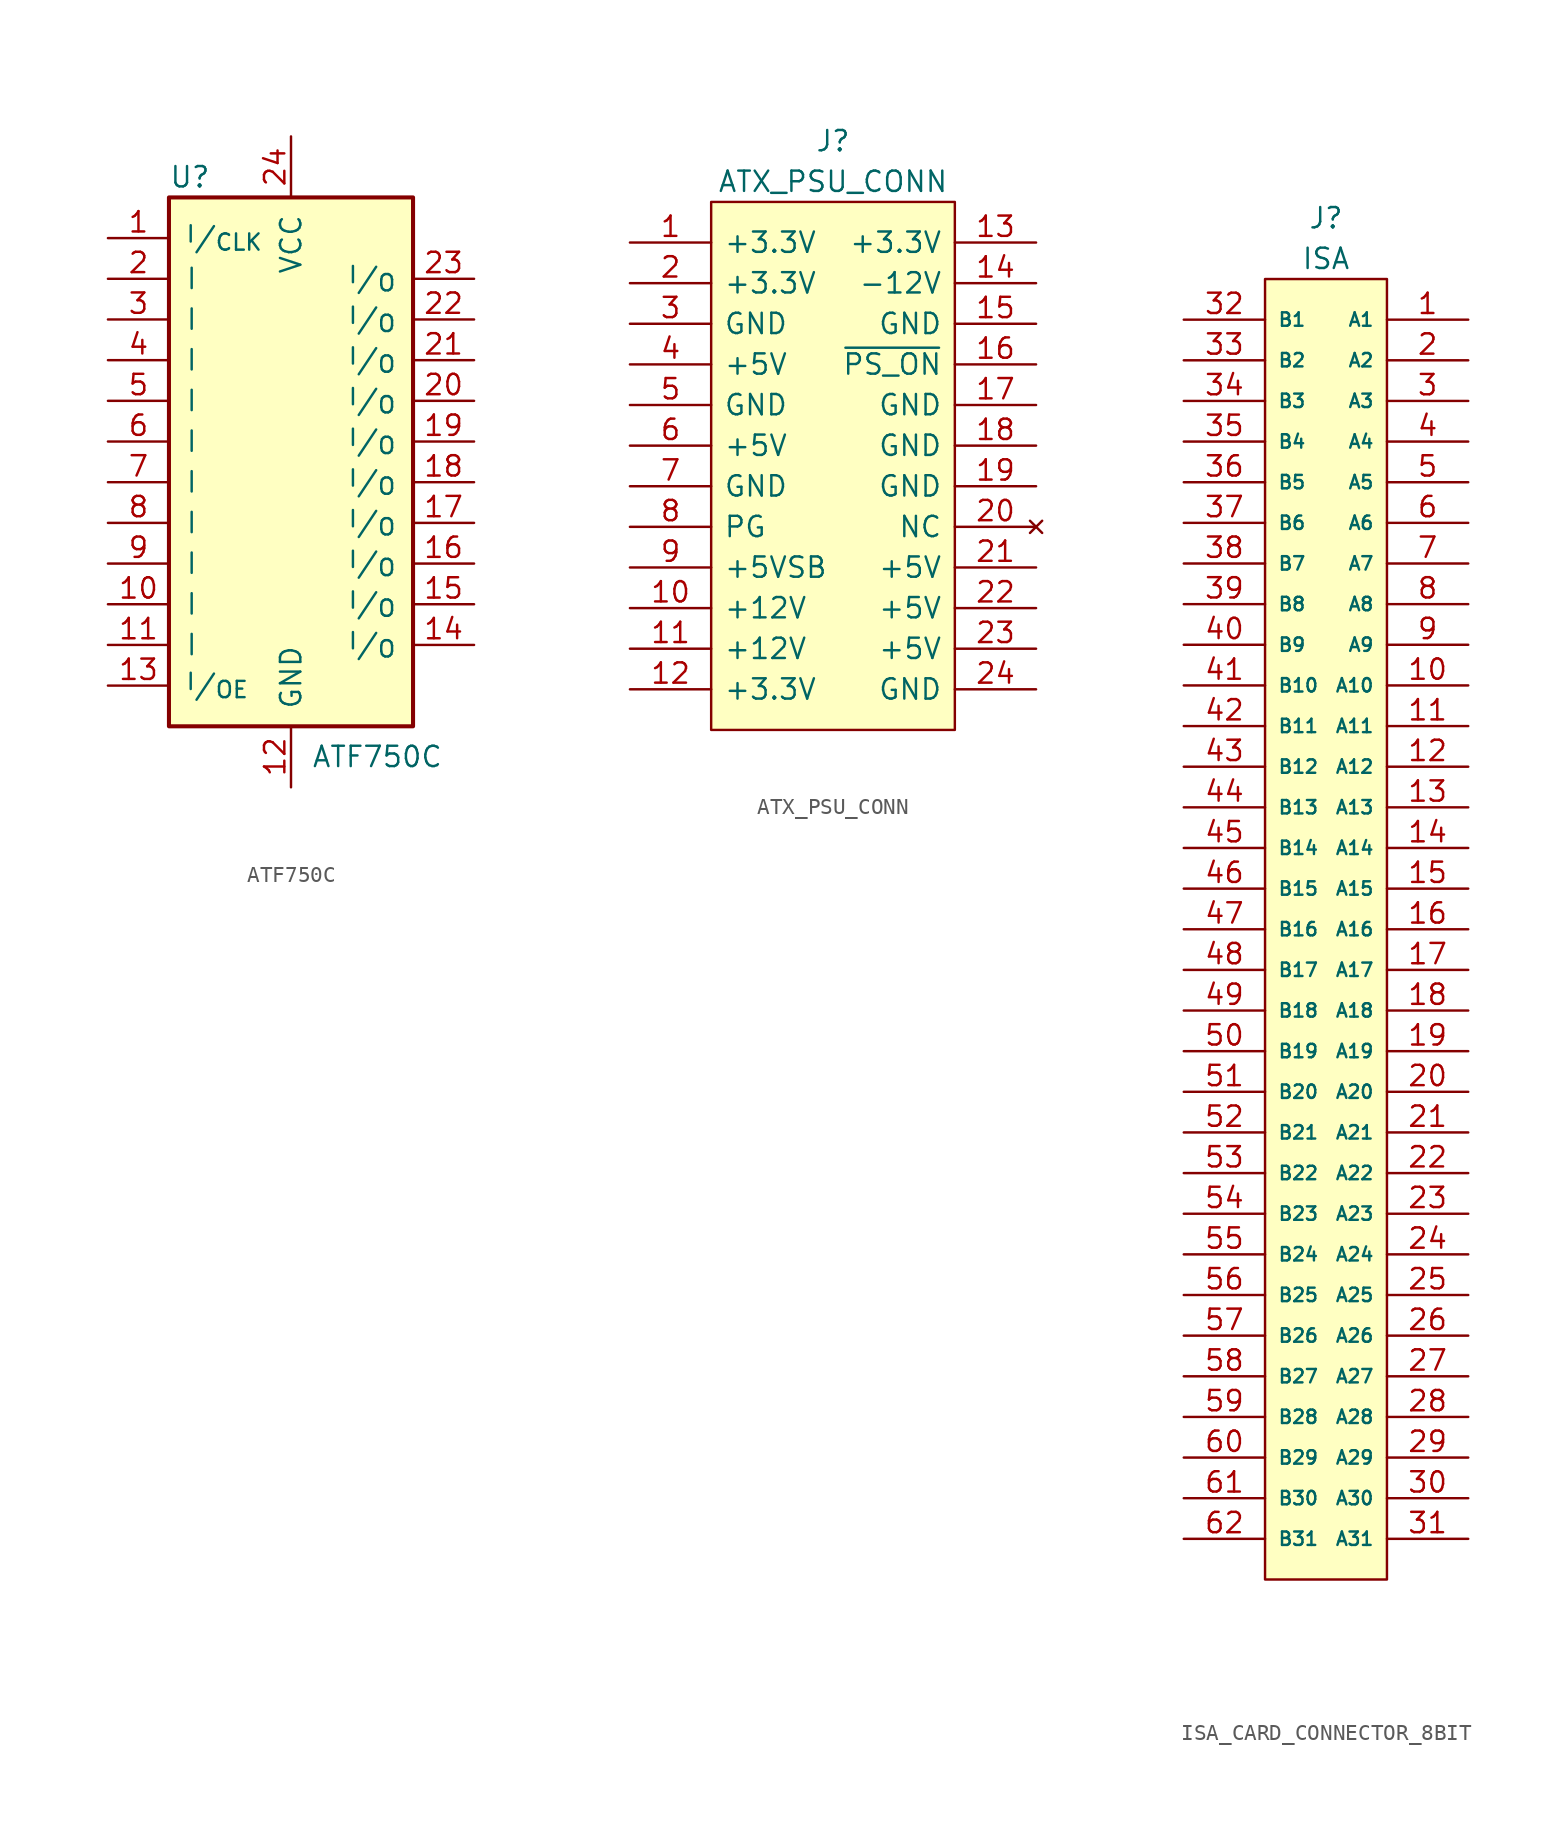
<source format=kicad_sym>
(kicad_symbol_lib
  (version 20241209)
  (generator "kicad_symbol_editor")
  (generator_version "9.0")
  (symbol "ATF750C"
    (pin_names
      (offset 1.016))
    (property "Reference" "U"
      (at -7.62 1.27 0)
      (do_not_autoplace)
      (effects (font (size 1.27 1.27)) (justify left)))
    (property "Value" "ATF750C"
      (at 1.27 -34.925 0)
      (do_not_autoplace)
      (effects (font (size 1.27 1.27)) (justify left)))
    (symbol "ATF750C_1_1"
      (rectangle (start -7.62 0) (end 7.62 -33.02) (stroke (width 0.254) (type default)) (fill (type background)))
      (pin input line (at -11.43 -2.54 0) (length 3.81) (name "^{I}/_{CLK}" (effects (font (size 1.27 1.27)))) (number "1" (effects (font (size 1.27 1.27)))))
      (pin input line (at -11.43 -5.08 0) (length 3.81) (name "I" (effects (font (size 1.27 1.27)))) (number "2" (effects (font (size 1.27 1.27)))))
      (pin input line (at -11.43 -7.62 0) (length 3.81) (name "I" (effects (font (size 1.27 1.27)))) (number "3" (effects (font (size 1.27 1.27)))))
      (pin input line (at -11.43 -10.16 0) (length 3.81) (name "I" (effects (font (size 1.27 1.27)))) (number "4" (effects (font (size 1.27 1.27)))))
      (pin input line (at -11.43 -12.7 0) (length 3.81) (name "I" (effects (font (size 1.27 1.27)))) (number "5" (effects (font (size 1.27 1.27)))))
      (pin input line (at -11.43 -15.24 0) (length 3.81) (name "I" (effects (font (size 1.27 1.27)))) (number "6" (effects (font (size 1.27 1.27)))))
      (pin input line (at -11.43 -17.78 0) (length 3.81) (name "I" (effects (font (size 1.27 1.27)))) (number "7" (effects (font (size 1.27 1.27)))))
      (pin input line (at -11.43 -20.32 0) (length 3.81) (name "I" (effects (font (size 1.27 1.27)))) (number "8" (effects (font (size 1.27 1.27)))))
      (pin input line (at -11.43 -22.86 0) (length 3.81) (name "I" (effects (font (size 1.27 1.27)))) (number "9" (effects (font (size 1.27 1.27)))))
      (pin input line (at -11.43 -25.4 0) (length 3.81) (name "I" (effects (font (size 1.27 1.27)))) (number "10" (effects (font (size 1.27 1.27)))))
      (pin input line (at -11.43 -27.94 0) (length 3.81) (name "I" (effects (font (size 1.27 1.27)))) (number "11" (effects (font (size 1.27 1.27)))))
      (pin input line (at -11.43 -30.48 0) (length 3.81) (name "^{I}/_{OE}" (effects (font (size 1.27 1.27)))) (number "13" (effects (font (size 1.27 1.27)))))
      (pin power_in line (at 0 3.81 270) (length 3.81) (name "VCC" (effects (font (size 1.27 1.27)))) (number "24" (effects (font (size 1.27 1.27)))))
      (pin power_in line (at 0 -36.83 90) (length 3.81) (name "GND" (effects (font (size 1.27 1.27)))) (number "12" (effects (font (size 1.27 1.27)))))
      (pin bidirectional line (at 11.43 -5.08 180) (length 3.81) (name "^{I}/_{O}" (effects (font (size 1.27 1.27)))) (number "23" (effects (font (size 1.27 1.27)))))
      (pin bidirectional line (at 11.43 -7.62 180) (length 3.81) (name "^{I}/_{O}" (effects (font (size 1.27 1.27)))) (number "22" (effects (font (size 1.27 1.27)))))
      (pin bidirectional line (at 11.43 -10.16 180) (length 3.81) (name "^{I}/_{O}" (effects (font (size 1.27 1.27)))) (number "21" (effects (font (size 1.27 1.27)))))
      (pin bidirectional line (at 11.43 -12.7 180) (length 3.81) (name "^{I}/_{O}" (effects (font (size 1.27 1.27)))) (number "20" (effects (font (size 1.27 1.27)))))
      (pin bidirectional line (at 11.43 -15.24 180) (length 3.81) (name "^{I}/_{O}" (effects (font (size 1.27 1.27)))) (number "19" (effects (font (size 1.27 1.27)))))
      (pin bidirectional line (at 11.43 -17.78 180) (length 3.81) (name "^{I}/_{O}" (effects (font (size 1.27 1.27)))) (number "18" (effects (font (size 1.27 1.27)))))
      (pin bidirectional line (at 11.43 -20.32 180) (length 3.81) (name "^{I}/_{O}" (effects (font (size 1.27 1.27)))) (number "17" (effects (font (size 1.27 1.27)))))
      (pin bidirectional line (at 11.43 -22.86 180) (length 3.81) (name "^{I}/_{O}" (effects (font (size 1.27 1.27)))) (number "16" (effects (font (size 1.27 1.27)))))
      (pin bidirectional line (at 11.43 -25.4 180) (length 3.81) (name "^{I}/_{O}" (effects (font (size 1.27 1.27)))) (number "15" (effects (font (size 1.27 1.27)))))
      (pin bidirectional line (at 11.43 -27.94 180) (length 3.81) (name "^{I}/_{O}" (effects (font (size 1.27 1.27)))) (number "14" (effects (font (size 1.27 1.27)))))))
  (symbol "ATX_PSU_CONN"
    (pin_names
      (offset 0.762))
    (property "Reference" "J"
      (at 12.7 6.35 0)
      (effects (font (size 1.27 1.27))))
    (property "Value" "ATX_PSU_CONN"
      (at 12.7 3.81 0)
      (effects (font (size 1.27 1.27))))
    (symbol "ATX_PSU_CONN_0_0"
      (pin passive line (at 0 0 0) (length 5.08) (name "+3.3V" (effects (font (size 1.27 1.27)))) (number "1" (effects (font (size 1.27 1.27)))))
      (pin passive line (at 0 -2.54 0) (length 5.08) (name "+3.3V" (effects (font (size 1.27 1.27)))) (number "2" (effects (font (size 1.27 1.27)))))
      (pin passive line (at 0 -5.08 0) (length 5.08) (name "GND" (effects (font (size 1.27 1.27)))) (number "3" (effects (font (size 1.27 1.27)))))
      (pin passive line (at 0 -7.62 0) (length 5.08) (name "+5V" (effects (font (size 1.27 1.27)))) (number "4" (effects (font (size 1.27 1.27)))))
      (pin passive line (at 0 -10.16 0) (length 5.08) (name "GND" (effects (font (size 1.27 1.27)))) (number "5" (effects (font (size 1.27 1.27)))))
      (pin passive line (at 0 -12.7 0) (length 5.08) (name "+5V" (effects (font (size 1.27 1.27)))) (number "6" (effects (font (size 1.27 1.27)))))
      (pin passive line (at 0 -15.24 0) (length 5.08) (name "GND" (effects (font (size 1.27 1.27)))) (number "7" (effects (font (size 1.27 1.27)))))
      (pin passive line (at 0 -17.78 0) (length 5.08) (name "PG" (effects (font (size 1.27 1.27)))) (number "8" (effects (font (size 1.27 1.27)))))
      (pin passive line (at 0 -20.32 0) (length 5.08) (name "+5VSB" (effects (font (size 1.27 1.27)))) (number "9" (effects (font (size 1.27 1.27)))))
      (pin passive line (at 0 -22.86 0) (length 5.08) (name "+12V" (effects (font (size 1.27 1.27)))) (number "10" (effects (font (size 1.27 1.27)))))
      (pin passive line (at 0 -25.4 0) (length 5.08) (name "+12V" (effects (font (size 1.27 1.27)))) (number "11" (effects (font (size 1.27 1.27)))))
      (pin passive line (at 0 -27.94 0) (length 5.08) (name "+3.3V" (effects (font (size 1.27 1.27)))) (number "12" (effects (font (size 1.27 1.27)))))
      (pin passive line (at 25.4 0 180) (length 5.08) (name "+3.3V" (effects (font (size 1.27 1.27)))) (number "13" (effects (font (size 1.27 1.27)))))
      (pin passive line (at 25.4 -2.54 180) (length 5.08) (name "-12V" (effects (font (size 1.27 1.27)))) (number "14" (effects (font (size 1.27 1.27)))))
      (pin passive line (at 25.4 -5.08 180) (length 5.08) (name "GND" (effects (font (size 1.27 1.27)))) (number "15" (effects (font (size 1.27 1.27)))))
      (pin passive line (at 25.4 -7.62 180) (length 5.08) (name "~{PS_ON}" (effects (font (size 1.27 1.27)))) (number "16" (effects (font (size 1.27 1.27)))))
      (pin passive line (at 25.4 -10.16 180) (length 5.08) (name "GND" (effects (font (size 1.27 1.27)))) (number "17" (effects (font (size 1.27 1.27)))))
      (pin passive line (at 25.4 -12.7 180) (length 5.08) (name "GND" (effects (font (size 1.27 1.27)))) (number "18" (effects (font (size 1.27 1.27)))))
      (pin passive line (at 25.4 -15.24 180) (length 5.08) (name "GND" (effects (font (size 1.27 1.27)))) (number "19" (effects (font (size 1.27 1.27)))))
      (pin no_connect line (at 25.4 -17.78 180) (length 5.08) (name "NC" (effects (font (size 1.27 1.27)))) (number "20" (effects (font (size 1.27 1.27)))))
      (pin passive line (at 25.4 -20.32 180) (length 5.08) (name "+5V" (effects (font (size 1.27 1.27)))) (number "21" (effects (font (size 1.27 1.27)))))
      (pin passive line (at 25.4 -22.86 180) (length 5.08) (name "+5V" (effects (font (size 1.27 1.27)))) (number "22" (effects (font (size 1.27 1.27)))))
      (pin passive line (at 25.4 -25.4 180) (length 5.08) (name "+5V" (effects (font (size 1.27 1.27)))) (number "23" (effects (font (size 1.27 1.27)))))
      (pin passive line (at 25.4 -27.94 180) (length 5.08) (name "GND" (effects (font (size 1.27 1.27)))) (number "24" (effects (font (size 1.27 1.27))))))
    (symbol "ATX_PSU_CONN_0_1"
      (polyline (pts (xy 20.32 2.54) (xy 5.08 2.54) (xy 5.08 -30.48) (xy 20.32 -30.48) (xy 20.32 2.54)) (stroke (width 0.152) (type default)) (fill (type background)))))
  (symbol "ISA_CARD_CONNECTOR_8BIT"
    (pin_names
      (offset 0.762))
    (property "Reference" "J"
      (at 0 3.81 0)
      (effects (font (size 1.27 1.27))))
    (property "Value" "ISA"
      (at 0 1.27 0)
      (effects (font (size 1.27 1.27))))
    (symbol "ISA_CARD_CONNECTOR_8BIT_0_0"
      (pin passive line (at -8.89 -2.54 0) (length 5.08) (name "B1" (effects (font (size 0.838 0.838)))) (number "32" (effects (font (size 1.27 1.27)))))
      (pin passive line (at -8.89 -5.08 0) (length 5.08) (name "B2" (effects (font (size 0.838 0.838)))) (number "33" (effects (font (size 1.27 1.27)))))
      (pin passive line (at -8.89 -7.62 0) (length 5.08) (name "B3" (effects (font (size 0.838 0.838)))) (number "34" (effects (font (size 1.27 1.27)))))
      (pin passive line (at -8.89 -10.16 0) (length 5.08) (name "B4" (effects (font (size 0.838 0.838)))) (number "35" (effects (font (size 1.27 1.27)))))
      (pin passive line (at -8.89 -12.7 0) (length 5.08) (name "B5" (effects (font (size 0.838 0.838)))) (number "36" (effects (font (size 1.27 1.27)))))
      (pin passive line (at -8.89 -15.24 0) (length 5.08) (name "B6" (effects (font (size 0.838 0.838)))) (number "37" (effects (font (size 1.27 1.27)))))
      (pin passive line (at -8.89 -17.78 0) (length 5.08) (name "B7" (effects (font (size 0.838 0.838)))) (number "38" (effects (font (size 1.27 1.27)))))
      (pin passive line (at -8.89 -20.32 0) (length 5.08) (name "B8" (effects (font (size 0.838 0.838)))) (number "39" (effects (font (size 1.27 1.27)))))
      (pin passive line (at -8.89 -22.86 0) (length 5.08) (name "B9" (effects (font (size 0.838 0.838)))) (number "40" (effects (font (size 1.27 1.27)))))
      (pin passive line (at -8.89 -25.4 0) (length 5.08) (name "B10" (effects (font (size 0.838 0.838)))) (number "41" (effects (font (size 1.27 1.27)))))
      (pin passive line (at -8.89 -27.94 0) (length 5.08) (name "B11" (effects (font (size 0.838 0.838)))) (number "42" (effects (font (size 1.27 1.27)))))
      (pin passive line (at -8.89 -30.48 0) (length 5.08) (name "B12" (effects (font (size 0.838 0.838)))) (number "43" (effects (font (size 1.27 1.27)))))
      (pin passive line (at -8.89 -33.02 0) (length 5.08) (name "B13" (effects (font (size 0.838 0.838)))) (number "44" (effects (font (size 1.27 1.27)))))
      (pin passive line (at -8.89 -35.56 0) (length 5.08) (name "B14" (effects (font (size 0.838 0.838)))) (number "45" (effects (font (size 1.27 1.27)))))
      (pin passive line (at -8.89 -38.1 0) (length 5.08) (name "B15" (effects (font (size 0.838 0.838)))) (number "46" (effects (font (size 1.27 1.27)))))
      (pin passive line (at -8.89 -40.64 0) (length 5.08) (name "B16" (effects (font (size 0.838 0.838)))) (number "47" (effects (font (size 1.27 1.27)))))
      (pin passive line (at -8.89 -43.18 0) (length 5.08) (name "B17" (effects (font (size 0.838 0.838)))) (number "48" (effects (font (size 1.27 1.27)))))
      (pin passive line (at -8.89 -45.72 0) (length 5.08) (name "B18" (effects (font (size 0.838 0.838)))) (number "49" (effects (font (size 1.27 1.27)))))
      (pin passive line (at -8.89 -48.26 0) (length 5.08) (name "B19" (effects (font (size 0.838 0.838)))) (number "50" (effects (font (size 1.27 1.27)))))
      (pin passive line (at -8.89 -50.8 0) (length 5.08) (name "B20" (effects (font (size 0.838 0.838)))) (number "51" (effects (font (size 1.27 1.27)))))
      (pin passive line (at -8.89 -53.34 0) (length 5.08) (name "B21" (effects (font (size 0.838 0.838)))) (number "52" (effects (font (size 1.27 1.27)))))
      (pin passive line (at -8.89 -55.88 0) (length 5.08) (name "B22" (effects (font (size 0.838 0.838)))) (number "53" (effects (font (size 1.27 1.27)))))
      (pin passive line (at -8.89 -58.42 0) (length 5.08) (name "B23" (effects (font (size 0.838 0.838)))) (number "54" (effects (font (size 1.27 1.27)))))
      (pin passive line (at -8.89 -60.96 0) (length 5.08) (name "B24" (effects (font (size 0.838 0.838)))) (number "55" (effects (font (size 1.27 1.27)))))
      (pin passive line (at -8.89 -63.5 0) (length 5.08) (name "B25" (effects (font (size 0.838 0.838)))) (number "56" (effects (font (size 1.27 1.27)))))
      (pin passive line (at -8.89 -66.04 0) (length 5.08) (name "B26" (effects (font (size 0.838 0.838)))) (number "57" (effects (font (size 1.27 1.27)))))
      (pin passive line (at -8.89 -68.58 0) (length 5.08) (name "B27" (effects (font (size 0.838 0.838)))) (number "58" (effects (font (size 1.27 1.27)))))
      (pin passive line (at -8.89 -71.12 0) (length 5.08) (name "B28" (effects (font (size 0.838 0.838)))) (number "59" (effects (font (size 1.27 1.27)))))
      (pin passive line (at -8.89 -73.66 0) (length 5.08) (name "B29" (effects (font (size 0.838 0.838)))) (number "60" (effects (font (size 1.27 1.27)))))
      (pin passive line (at -8.89 -76.2 0) (length 5.08) (name "B30" (effects (font (size 0.838 0.838)))) (number "61" (effects (font (size 1.27 1.27)))))
      (pin passive line (at -8.89 -78.74 0) (length 5.08) (name "B31" (effects (font (size 0.838 0.838)))) (number "62" (effects (font (size 1.27 1.27)))))
      (pin passive line (at 8.89 -2.54 180) (length 5.08) (name "A1" (effects (font (size 0.838 0.838)))) (number "1" (effects (font (size 1.27 1.27)))))
      (pin passive line (at 8.89 -5.08 180) (length 5.08) (name "A2" (effects (font (size 0.838 0.838)))) (number "2" (effects (font (size 1.27 1.27)))))
      (pin passive line (at 8.89 -7.62 180) (length 5.08) (name "A3" (effects (font (size 0.838 0.838)))) (number "3" (effects (font (size 1.27 1.27)))))
      (pin passive line (at 8.89 -10.16 180) (length 5.08) (name "A4" (effects (font (size 0.838 0.838)))) (number "4" (effects (font (size 1.27 1.27)))))
      (pin passive line (at 8.89 -12.7 180) (length 5.08) (name "A5" (effects (font (size 0.838 0.838)))) (number "5" (effects (font (size 1.27 1.27)))))
      (pin passive line (at 8.89 -15.24 180) (length 5.08) (name "A6" (effects (font (size 0.838 0.838)))) (number "6" (effects (font (size 1.27 1.27)))))
      (pin passive line (at 8.89 -17.78 180) (length 5.08) (name "A7" (effects (font (size 0.838 0.838)))) (number "7" (effects (font (size 1.27 1.27)))))
      (pin passive line (at 8.89 -20.32 180) (length 5.08) (name "A8" (effects (font (size 0.838 0.838)))) (number "8" (effects (font (size 1.27 1.27)))))
      (pin passive line (at 8.89 -22.86 180) (length 5.08) (name "A9" (effects (font (size 0.838 0.838)))) (number "9" (effects (font (size 1.27 1.27)))))
      (pin passive line (at 8.89 -25.4 180) (length 5.08) (name "A10" (effects (font (size 0.838 0.838)))) (number "10" (effects (font (size 1.27 1.27)))))
      (pin passive line (at 8.89 -27.94 180) (length 5.08) (name "A11" (effects (font (size 0.838 0.838)))) (number "11" (effects (font (size 1.27 1.27)))))
      (pin passive line (at 8.89 -30.48 180) (length 5.08) (name "A12" (effects (font (size 0.838 0.838)))) (number "12" (effects (font (size 1.27 1.27)))))
      (pin passive line (at 8.89 -33.02 180) (length 5.08) (name "A13" (effects (font (size 0.838 0.838)))) (number "13" (effects (font (size 1.27 1.27)))))
      (pin passive line (at 8.89 -35.56 180) (length 5.08) (name "A14" (effects (font (size 0.838 0.838)))) (number "14" (effects (font (size 1.27 1.27)))))
      (pin passive line (at 8.89 -38.1 180) (length 5.08) (name "A15" (effects (font (size 0.838 0.838)))) (number "15" (effects (font (size 1.27 1.27)))))
      (pin passive line (at 8.89 -40.64 180) (length 5.08) (name "A16" (effects (font (size 0.838 0.838)))) (number "16" (effects (font (size 1.27 1.27)))))
      (pin passive line (at 8.89 -43.18 180) (length 5.08) (name "A17" (effects (font (size 0.838 0.838)))) (number "17" (effects (font (size 1.27 1.27)))))
      (pin passive line (at 8.89 -45.72 180) (length 5.08) (name "A18" (effects (font (size 0.838 0.838)))) (number "18" (effects (font (size 1.27 1.27)))))
      (pin passive line (at 8.89 -48.26 180) (length 5.08) (name "A19" (effects (font (size 0.838 0.838)))) (number "19" (effects (font (size 1.27 1.27)))))
      (pin passive line (at 8.89 -50.8 180) (length 5.08) (name "A20" (effects (font (size 0.838 0.838)))) (number "20" (effects (font (size 1.27 1.27)))))
      (pin passive line (at 8.89 -53.34 180) (length 5.08) (name "A21" (effects (font (size 0.838 0.838)))) (number "21" (effects (font (size 1.27 1.27)))))
      (pin passive line (at 8.89 -55.88 180) (length 5.08) (name "A22" (effects (font (size 0.838 0.838)))) (number "22" (effects (font (size 1.27 1.27)))))
      (pin passive line (at 8.89 -58.42 180) (length 5.08) (name "A23" (effects (font (size 0.838 0.838)))) (number "23" (effects (font (size 1.27 1.27)))))
      (pin passive line (at 8.89 -60.96 180) (length 5.08) (name "A24" (effects (font (size 0.838 0.838)))) (number "24" (effects (font (size 1.27 1.27)))))
      (pin passive line (at 8.89 -63.5 180) (length 5.08) (name "A25" (effects (font (size 0.838 0.838)))) (number "25" (effects (font (size 1.27 1.27)))))
      (pin passive line (at 8.89 -66.04 180) (length 5.08) (name "A26" (effects (font (size 0.838 0.838)))) (number "26" (effects (font (size 1.27 1.27)))))
      (pin passive line (at 8.89 -68.58 180) (length 5.08) (name "A27" (effects (font (size 0.838 0.838)))) (number "27" (effects (font (size 1.27 1.27)))))
      (pin passive line (at 8.89 -71.12 180) (length 5.08) (name "A28" (effects (font (size 0.838 0.838)))) (number "28" (effects (font (size 1.27 1.27)))))
      (pin passive line (at 8.89 -73.66 180) (length 5.08) (name "A29" (effects (font (size 0.838 0.838)))) (number "29" (effects (font (size 1.27 1.27)))))
      (pin passive line (at 8.89 -76.2 180) (length 5.08) (name "A30" (effects (font (size 0.838 0.838)))) (number "30" (effects (font (size 1.27 1.27)))))
      (pin passive line (at 8.89 -78.74 180) (length 5.08) (name "A31" (effects (font (size 0.838 0.838)))) (number "31" (effects (font (size 1.27 1.27))))))
    (symbol "ISA_CARD_CONNECTOR_8BIT_0_1"
      (rectangle (start -3.81 0) (end 3.81 -81.28) (stroke (width 0) (type default)) (fill (type background))))))
</source>
